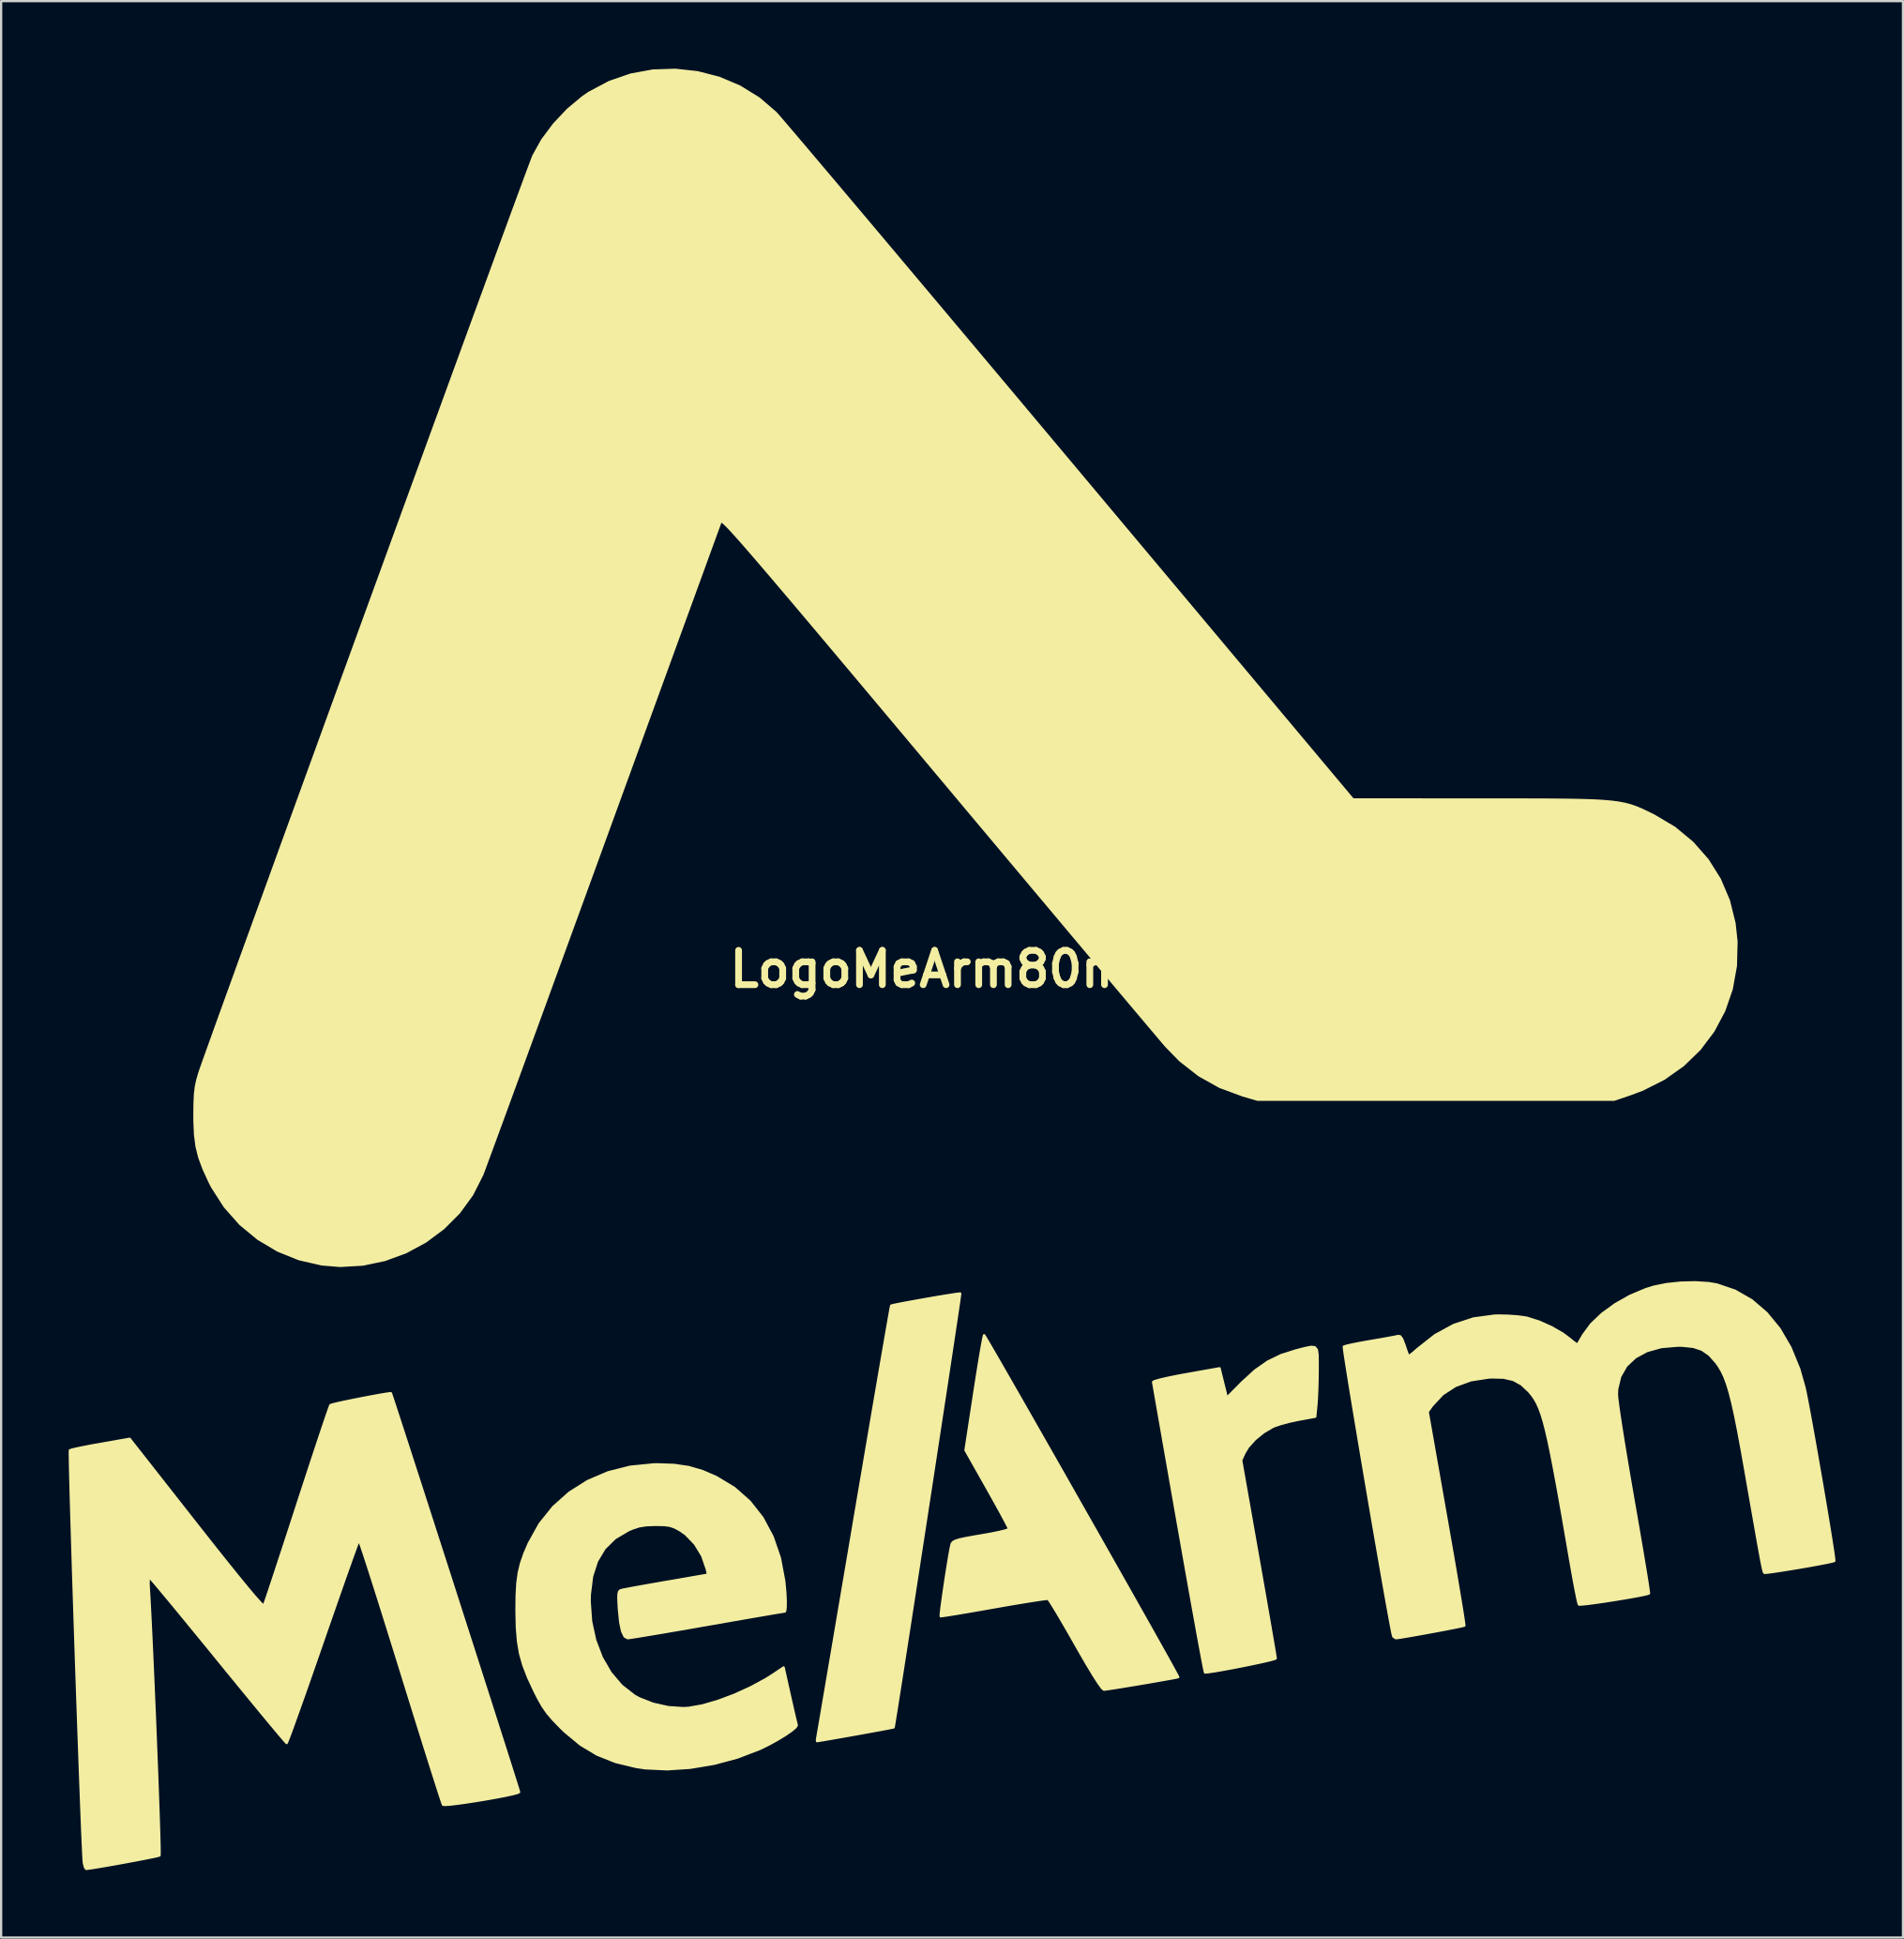
<source format=kicad_pcb>
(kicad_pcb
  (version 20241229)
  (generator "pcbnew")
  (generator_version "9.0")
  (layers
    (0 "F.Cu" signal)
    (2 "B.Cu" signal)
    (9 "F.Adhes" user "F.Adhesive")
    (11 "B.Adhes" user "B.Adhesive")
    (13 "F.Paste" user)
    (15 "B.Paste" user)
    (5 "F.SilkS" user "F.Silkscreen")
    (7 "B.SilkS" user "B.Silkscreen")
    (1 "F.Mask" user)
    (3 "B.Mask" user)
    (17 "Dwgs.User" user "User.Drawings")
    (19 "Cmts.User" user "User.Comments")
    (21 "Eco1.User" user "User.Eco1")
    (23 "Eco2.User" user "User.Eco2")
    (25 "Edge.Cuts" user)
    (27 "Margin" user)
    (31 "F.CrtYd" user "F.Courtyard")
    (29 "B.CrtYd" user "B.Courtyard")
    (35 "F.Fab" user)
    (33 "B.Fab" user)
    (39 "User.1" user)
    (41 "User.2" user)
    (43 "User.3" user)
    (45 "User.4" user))
  (footprint "LogoMeArm80mm"
    (layer "F.Cu")
    (at 39.231 39.997)
    (property "Reference" "LogoMeArm80mm" (at 0 0 0) (layer "F.SilkS") (effects (font (size 1.524 1.524) (thickness 0.3))))
    (attr through_hole)
    (fp_poly (pts (xy 0.376 14.406) (xy 0.366 14.491) (xy 0.333 14.731) (xy 0.277 15.112) (xy 0.201 15.622) (xy 0.107 16.249) (xy -0.003 16.979) (xy -0.127 17.8) (xy -0.264 18.699) (xy -0.411 19.663) (xy -0.566 20.68) (xy -0.727 21.736) (xy -0.893 22.819) (xy -1.062 23.917) (xy -1.23 25.016) (xy -1.398 26.104) (xy -1.562 27.168) (xy -1.72 28.194) (xy -1.871 29.172) (xy -2.013 30.087) (xy -2.144 30.926) (xy -2.261 31.678) (xy -2.364 32.33) (xy -2.449 32.868) (xy -2.515 33.28) (xy -2.559 33.553) (xy -2.581 33.674) (xy -2.583 33.679) (xy -2.665 33.698) (xy -2.884 33.74) (xy -3.209 33.801) (xy -3.61 33.874) (xy -4.056 33.955) (xy -4.517 34.038) (xy -4.964 34.117) (xy -5.364 34.187) (xy -5.689 34.243) (xy -5.908 34.279) (xy -5.988 34.29) (xy -5.988 34.218) (xy -5.962 34.057) (xy -5.943 33.944) (xy -5.896 33.675) (xy -5.825 33.261) (xy -5.732 32.713) (xy -5.617 32.041) (xy -5.484 31.256) (xy -5.333 30.37) (xy -5.167 29.392) (xy -4.988 28.335) (xy -4.796 27.208) (xy -4.595 26.024) (xy -4.386 24.791) (xy -4.32 24.397) (xy -4.109 23.157) (xy -3.906 21.964) (xy -3.713 20.829) (xy -3.531 19.762) (xy -3.362 18.774) (xy -3.208 17.876) (xy -3.07 17.077) (xy -2.951 16.389) (xy -2.853 15.823) (xy -2.776 15.388) (xy -2.724 15.095) (xy -2.697 14.955) (xy -2.694 14.944) (xy -2.604 14.918) (xy -2.38 14.872) (xy -2.054 14.809) (xy -1.66 14.737) (xy -1.228 14.66) (xy -0.792 14.584) (xy -0.382 14.515) (xy -0.032 14.459) (xy 0.228 14.42) (xy 0.364 14.405) (xy 0.376 14.406)) (stroke (width 0.1) (type solid)) (fill yes) (layer "F.SilkS"))
    (fp_poly (pts (xy 16.256 17.488) (xy 16.255 17.759) (xy 16.25 18.222) (xy 16.237 18.689) (xy 16.218 19.096) (xy 16.202 19.317) (xy 16.148 19.879) (xy 15.391 20.018) (xy 14.998 20.102) (xy 14.62 20.203) (xy 14.325 20.304) (xy 14.262 20.331) (xy 13.852 20.573) (xy 13.47 20.885) (xy 13.164 21.225) (xy 13.006 21.484) (xy 12.857 21.814) (xy 13.625 26.17) (xy 13.773 27.008) (xy 13.911 27.796) (xy 14.037 28.519) (xy 14.149 29.161) (xy 14.242 29.706) (xy 14.316 30.137) (xy 14.366 30.439) (xy 14.391 30.597) (xy 14.393 30.615) (xy 14.315 30.649) (xy 14.101 30.705) (xy 13.783 30.779) (xy 13.392 30.863) (xy 12.959 30.951) (xy 12.515 31.038) (xy 12.091 31.116) (xy 11.719 31.181) (xy 11.43 31.225) (xy 11.255 31.242) (xy 11.25 31.242) (xy 11.229 31.161) (xy 11.181 30.925) (xy 11.109 30.549) (xy 11.014 30.043) (xy 10.9 29.422) (xy 10.769 28.698) (xy 10.622 27.883) (xy 10.463 26.991) (xy 10.293 26.033) (xy 10.115 25.024) (xy 10.08 24.828) (xy 9.901 23.808) (xy 9.73 22.836) (xy 9.57 21.925) (xy 9.423 21.087) (xy 9.292 20.336) (xy 9.178 19.686) (xy 9.084 19.147) (xy 9.012 18.735) (xy 8.964 18.461) (xy 8.943 18.339) (xy 8.943 18.334) (xy 9.018 18.294) (xy 9.235 18.232) (xy 9.566 18.155) (xy 9.985 18.069) (xy 10.414 17.989) (xy 11.896 17.726) (xy 12.058 18.378) (xy 12.22 19.031) (xy 12.904 18.342) (xy 13.476 17.82) (xy 14.037 17.428) (xy 14.634 17.139) (xy 15.29 16.931) (xy 15.691 16.828) (xy 15.963 16.774) (xy 16.13 16.792) (xy 16.218 16.903) (xy 16.252 17.128) (xy 16.256 17.488)) (stroke (width 0.1) (type solid)) (fill yes) (layer "F.SilkS"))
    (fp_poly (pts (xy 10.062 31.446) (xy 9.971 31.468) (xy 9.744 31.512) (xy 9.413 31.571) (xy 9.008 31.642) (xy 8.562 31.719) (xy 8.105 31.795) (xy 7.668 31.867) (xy 7.284 31.929) (xy 6.983 31.975) (xy 6.796 32.001) (xy 6.756 32.004) (xy 6.671 31.93) (xy 6.512 31.711) (xy 6.283 31.355) (xy 5.989 30.867) (xy 5.634 30.254) (xy 5.492 30.004) (xy 5.191 29.475) (xy 4.913 28.996) (xy 4.672 28.587) (xy 4.477 28.267) (xy 4.342 28.055) (xy 4.277 27.971) (xy 4.276 27.971) (xy 4.173 27.977) (xy 3.926 28.01) (xy 3.557 28.066) (xy 3.088 28.142) (xy 2.54 28.234) (xy 1.937 28.339) (xy 1.863 28.352) (xy 1.258 28.459) (xy 0.709 28.554) (xy 0.239 28.633) (xy -0.132 28.693) (xy -0.382 28.731) (xy -0.49 28.743) (xy -0.492 28.743) (xy -0.491 28.654) (xy -0.467 28.43) (xy -0.424 28.101) (xy -0.368 27.701) (xy -0.303 27.26) (xy -0.234 26.809) (xy -0.166 26.382) (xy -0.103 26.008) (xy -0.05 25.72) (xy -0.013 25.549) (xy -0.005 25.525) (xy 0.044 25.454) (xy 0.144 25.393) (xy 0.321 25.334) (xy 0.6 25.272) (xy 1.007 25.198) (xy 1.302 25.148) (xy 1.736 25.071) (xy 2.103 24.996) (xy 2.375 24.93) (xy 2.522 24.88) (xy 2.54 24.864) (xy 2.5 24.771) (xy 2.388 24.552) (xy 2.215 24.23) (xy 1.993 23.826) (xy 1.735 23.362) (xy 1.574 23.076) (xy 0.608 21.366) (xy 0.999 18.811) (xy 1.098 18.176) (xy 1.19 17.599) (xy 1.273 17.099) (xy 1.343 16.698) (xy 1.396 16.415) (xy 1.429 16.271) (xy 1.436 16.257) (xy 1.484 16.328) (xy 1.607 16.535) (xy 1.8 16.866) (xy 2.057 17.309) (xy 2.369 17.851) (xy 2.731 18.482) (xy 3.136 19.189) (xy 3.576 19.96) (xy 4.046 20.784) (xy 4.539 21.648) (xy 5.047 22.541) (xy 5.564 23.452) (xy 6.084 24.367) (xy 6.6 25.276) (xy 7.104 26.166) (xy 7.591 27.026) (xy 8.053 27.844) (xy 8.484 28.608) (xy 8.877 29.305) (xy 9.225 29.925) (xy 9.522 30.456) (xy 9.76 30.885) (xy 9.934 31.201) (xy 10.036 31.391) (xy 10.062 31.446)) (stroke (width 0.1) (type solid)) (fill yes) (layer "F.SilkS"))
    (fp_poly (pts (xy -6.883 33.581) (xy -6.933 33.671) (xy -7.106 33.818) (xy -7.372 34.003) (xy -7.702 34.206) (xy -8.067 34.41) (xy -8.437 34.595) (xy -8.527 34.637) (xy -9.514 35.015) (xy -10.555 35.295) (xy -11.612 35.472) (xy -12.645 35.541) (xy -13.617 35.495) (xy -14.024 35.435) (xy -14.944 35.212) (xy -15.753 34.89) (xy -16.491 34.447) (xy -17.195 33.864) (xy -17.364 33.7) (xy -17.712 33.342) (xy -17.972 33.038) (xy -18.184 32.731) (xy -18.389 32.366) (xy -18.53 32.088) (xy -18.818 31.47) (xy -19.031 30.923) (xy -19.179 30.399) (xy -19.271 29.852) (xy -19.321 29.232) (xy -19.337 28.492) (xy -19.337 28.49) (xy -19.33 27.821) (xy -19.3 27.278) (xy -19.238 26.816) (xy -19.137 26.392) (xy -18.988 25.963) (xy -18.791 25.503) (xy -18.311 24.641) (xy -17.706 23.887) (xy -16.99 23.249) (xy -16.173 22.733) (xy -15.267 22.347) (xy -14.285 22.099) (xy -13.238 21.995) (xy -13.081 21.992) (xy -12.334 22.018) (xy -11.686 22.113) (xy -11.076 22.291) (xy -10.456 22.56) (xy -9.659 23.041) (xy -8.975 23.646) (xy -8.408 24.368) (xy -7.961 25.202) (xy -7.637 26.142) (xy -7.44 27.183) (xy -7.392 27.707) (xy -7.376 28.079) (xy -7.379 28.357) (xy -7.4 28.511) (xy -7.418 28.533) (xy -7.515 28.547) (xy -7.762 28.587) (xy -8.138 28.651) (xy -8.628 28.735) (xy -9.212 28.836) (xy -9.872 28.951) (xy -10.59 29.077) (xy -10.868 29.125) (xy -11.607 29.255) (xy -12.297 29.374) (xy -12.921 29.481) (xy -13.46 29.571) (xy -13.894 29.643) (xy -14.205 29.692) (xy -14.375 29.716) (xy -14.398 29.718) (xy -14.536 29.64) (xy -14.647 29.405) (xy -14.73 29.009) (xy -14.786 28.449) (xy -14.793 28.351) (xy -14.811 27.995) (xy -14.809 27.774) (xy -14.783 27.651) (xy -14.727 27.593) (xy -14.678 27.575) (xy -14.551 27.548) (xy -14.284 27.497) (xy -13.902 27.427) (xy -13.434 27.344) (xy -12.904 27.251) (xy -12.676 27.211) (xy -10.831 26.892) (xy -10.886 26.642) (xy -11.087 26.059) (xy -11.408 25.532) (xy -11.82 25.102) (xy -12.083 24.919) (xy -12.316 24.795) (xy -12.53 24.723) (xy -12.785 24.691) (xy -13.145 24.684) (xy -13.166 24.684) (xy -13.571 24.699) (xy -13.887 24.749) (xy -14.192 24.85) (xy -14.372 24.928) (xy -14.959 25.276) (xy -15.421 25.73) (xy -15.76 26.295) (xy -15.979 26.974) (xy -16.078 27.771) (xy -16.086 28.072) (xy -16.023 28.962) (xy -15.841 29.802) (xy -15.548 30.571) (xy -15.154 31.251) (xy -14.67 31.821) (xy -14.106 32.262) (xy -13.892 32.382) (xy -13.275 32.625) (xy -12.596 32.777) (xy -11.928 32.822) (xy -11.684 32.808) (xy -11.083 32.702) (xy -10.397 32.503) (xy -9.669 32.231) (xy -8.943 31.901) (xy -8.263 31.533) (xy -7.905 31.306) (xy -7.47 31.013) (xy -7.194 32.249) (xy -7.094 32.69) (xy -7.006 33.074) (xy -6.936 33.371) (xy -6.892 33.548) (xy -6.883 33.581)) (stroke (width 0.1) (type solid)) (fill yes) (layer "F.SilkS"))
    (fp_poly (pts (xy -19.219 36.552) (xy -19.298 36.592) (xy -19.514 36.649) (xy -19.837 36.719) (xy -20.236 36.796) (xy -20.681 36.875) (xy -21.142 36.951) (xy -21.586 37.019) (xy -21.986 37.074) (xy -22.308 37.111) (xy -22.524 37.124) (xy -22.601 37.113) (xy -22.636 37.023) (xy -22.716 36.783) (xy -22.838 36.407) (xy -22.997 35.909) (xy -23.19 35.3) (xy -23.413 34.594) (xy -23.66 33.804) (xy -23.929 32.943) (xy -24.215 32.024) (xy -24.475 31.186) (xy -24.772 30.229) (xy -25.055 29.322) (xy -25.32 28.477) (xy -25.563 27.707) (xy -25.78 27.024) (xy -25.968 26.441) (xy -26.121 25.971) (xy -26.237 25.626) (xy -26.31 25.419) (xy -26.336 25.361) (xy -26.373 25.444) (xy -26.459 25.674) (xy -26.59 26.034) (xy -26.76 26.511) (xy -26.966 27.091) (xy -27.2 27.758) (xy -27.459 28.499) (xy -27.738 29.299) (xy -27.94 29.883) (xy -28.229 30.715) (xy -28.502 31.496) (xy -28.754 32.214) (xy -28.981 32.852) (xy -29.177 33.398) (xy -29.336 33.837) (xy -29.455 34.155) (xy -29.527 34.336) (xy -29.548 34.375) (xy -29.609 34.311) (xy -29.768 34.127) (xy -30.014 33.836) (xy -30.337 33.448) (xy -30.728 32.976) (xy -31.177 32.431) (xy -31.674 31.825) (xy -32.21 31.17) (xy -32.6 30.692) (xy -33.156 30.009) (xy -33.681 29.368) (xy -34.164 28.78) (xy -34.596 28.255) (xy -34.967 27.808) (xy -35.267 27.448) (xy -35.488 27.188) (xy -35.617 27.04) (xy -35.649 27.009) (xy -35.673 27.085) (xy -35.679 27.28) (xy -35.672 27.453) (xy -35.647 27.87) (xy -35.618 28.402) (xy -35.586 29.033) (xy -35.552 29.747) (xy -35.516 30.528) (xy -35.479 31.359) (xy -35.442 32.224) (xy -35.404 33.108) (xy -35.368 33.992) (xy -35.334 34.863) (xy -35.301 35.702) (xy -35.272 36.494) (xy -35.246 37.222) (xy -35.224 37.871) (xy -35.207 38.424) (xy -35.195 38.864) (xy -35.19 39.176) (xy -35.191 39.343) (xy -35.195 39.367) (xy -35.289 39.395) (xy -35.52 39.445) (xy -35.853 39.512) (xy -36.259 39.59) (xy -36.705 39.673) (xy -37.16 39.755) (xy -37.591 39.831) (xy -37.968 39.895) (xy -38.259 39.941) (xy -38.431 39.963) (xy -38.456 39.964) (xy -38.508 39.889) (xy -38.554 39.709) (xy -38.557 39.688) (xy -38.569 39.547) (xy -38.585 39.256) (xy -38.605 38.826) (xy -38.629 38.271) (xy -38.656 37.604) (xy -38.686 36.839) (xy -38.718 35.989) (xy -38.752 35.068) (xy -38.787 34.088) (xy -38.824 33.063) (xy -38.861 32.007) (xy -38.898 30.932) (xy -38.934 29.853) (xy -38.97 28.782) (xy -39.004 27.732) (xy -39.037 26.718) (xy -39.067 25.752) (xy -39.095 24.848) (xy -39.12 24.019) (xy -39.141 23.279) (xy -39.158 22.64) (xy -39.171 22.116) (xy -39.178 21.721) (xy -39.181 21.468) (xy -39.177 21.369) (xy -39.177 21.369) (xy -39.078 21.336) (xy -38.843 21.281) (xy -38.5 21.211) (xy -38.08 21.131) (xy -37.821 21.085) (xy -36.521 20.857) (xy -33.57 24.615) (xy -32.863 25.512) (xy -32.247 26.286) (xy -31.724 26.936) (xy -31.296 27.459) (xy -30.964 27.853) (xy -30.729 28.117) (xy -30.593 28.249) (xy -30.558 28.262) (xy -30.521 28.163) (xy -30.437 27.917) (xy -30.311 27.541) (xy -30.148 27.049) (xy -29.953 26.457) (xy -29.73 25.779) (xy -29.486 25.032) (xy -29.224 24.229) (xy -29.082 23.791) (xy -28.814 22.967) (xy -28.56 22.192) (xy -28.325 21.479) (xy -28.115 20.845) (xy -27.934 20.305) (xy -27.787 19.872) (xy -27.68 19.563) (xy -27.617 19.392) (xy -27.603 19.362) (xy -27.509 19.331) (xy -27.285 19.276) (xy -26.963 19.206) (xy -26.58 19.127) (xy -26.17 19.046) (xy -25.767 18.969) (xy -25.407 18.904) (xy -25.123 18.857) (xy -24.951 18.834) (xy -24.916 18.835) (xy -24.886 18.917) (xy -24.81 19.146) (xy -24.69 19.512) (xy -24.53 20.002) (xy -24.335 20.602) (xy -24.108 21.301) (xy -23.855 22.085) (xy -23.577 22.943) (xy -23.281 23.861) (xy -22.97 24.827) (xy -22.647 25.829) (xy -22.317 26.853) (xy -21.985 27.888) (xy -21.653 28.92) (xy -21.326 29.938) (xy -21.009 30.927) (xy -20.704 31.877) (xy -20.417 32.774) (xy -20.151 33.606) (xy -19.91 34.359) (xy -19.699 35.023) (xy -19.521 35.583) (xy -19.38 36.027) (xy -19.281 36.344) (xy -19.228 36.519) (xy -19.219 36.552)) (stroke (width 0.1) (type solid)) (fill yes) (layer "F.SilkS"))
    (fp_poly (pts (xy 34.86 -1.223) (xy 34.832 -0.144) (xy 34.647 0.884) (xy 34.313 1.85) (xy 33.838 2.743) (xy 33.23 3.551) (xy 32.497 4.263) (xy 31.646 4.867) (xy 30.686 5.352) (xy 30.207 5.533) (xy 29.422 5.8) (xy 21.505 5.8) (xy 13.589 5.8) (xy 12.929 5.608) (xy 11.91 5.231) (xy 10.981 4.712) (xy 10.134 4.048) (xy 9.518 3.416) (xy 9.401 3.28) (xy 9.182 3.021) (xy 8.866 2.647) (xy 8.459 2.165) (xy 7.966 1.58) (xy 7.395 0.902) (xy 6.751 0.136) (xy 6.04 -0.711) (xy 5.267 -1.63) (xy 4.44 -2.616) (xy 3.563 -3.66) (xy 2.642 -4.757) (xy 1.685 -5.898) (xy 0.695 -7.077) (xy -0.319 -8.288) (xy -0.633 -8.661) (xy -1.837 -10.098) (xy -2.938 -11.41) (xy -3.94 -12.603) (xy -4.847 -13.683) (xy -5.664 -14.654) (xy -6.396 -15.522) (xy -7.046 -16.292) (xy -7.621 -16.97) (xy -8.124 -17.562) (xy -8.561 -18.072) (xy -8.935 -18.506) (xy -9.251 -18.87) (xy -9.515 -19.168) (xy -9.73 -19.407) (xy -9.901 -19.591) (xy -10.034 -19.726) (xy -10.132 -19.817) (xy -10.2 -19.87) (xy -10.243 -19.891) (xy -10.266 -19.884) (xy -10.269 -19.877) (xy -10.305 -19.778) (xy -10.396 -19.529) (xy -10.54 -19.136) (xy -10.732 -18.609) (xy -10.97 -17.955) (xy -11.251 -17.183) (xy -11.573 -16.3) (xy -11.932 -15.316) (xy -12.325 -14.237) (xy -12.749 -13.072) (xy -13.202 -11.83) (xy -13.68 -10.518) (xy -14.18 -9.144) (xy -14.7 -7.717) (xy -15.236 -6.245) (xy -15.493 -5.539) (xy -16.038 -4.043) (xy -16.57 -2.584) (xy -17.085 -1.172) (xy -17.58 0.185) (xy -18.052 1.479) (xy -18.498 2.701) (xy -18.916 3.843) (xy -19.301 4.897) (xy -19.651 5.854) (xy -19.963 6.706) (xy -20.234 7.444) (xy -20.461 8.06) (xy -20.64 8.546) (xy -20.768 8.893) (xy -20.844 9.093) (xy -20.859 9.131) (xy -21.307 10.016) (xy -21.887 10.812) (xy -22.583 11.51) (xy -23.375 12.1) (xy -24.247 12.571) (xy -25.181 12.915) (xy -26.16 13.121) (xy -27.166 13.18) (xy -27.98 13.114) (xy -28.99 12.883) (xy -29.943 12.5) (xy -30.821 11.976) (xy -31.611 11.323) (xy -32.294 10.553) (xy -32.857 9.677) (xy -32.978 9.44) (xy -33.242 8.864) (xy -33.428 8.361) (xy -33.549 7.876) (xy -33.616 7.356) (xy -33.642 6.746) (xy -33.644 6.435) (xy -33.637 5.927) (xy -33.618 5.54) (xy -33.581 5.225) (xy -33.519 4.933) (xy -33.428 4.617) (xy -33.427 4.614) (xy -33.376 4.463) (xy -33.27 4.163) (xy -33.112 3.721) (xy -32.906 3.147) (xy -32.655 2.449) (xy -32.361 1.634) (xy -32.027 0.712) (xy -31.658 -0.31) (xy -31.254 -1.423) (xy -30.82 -2.619) (xy -30.359 -3.889) (xy -29.874 -5.226) (xy -29.367 -6.621) (xy -28.842 -8.066) (xy -28.301 -9.552) (xy -27.749 -11.071) (xy -27.187 -12.615) (xy -26.618 -14.176) (xy -26.047 -15.745) (xy -25.475 -17.314) (xy -24.906 -18.875) (xy -24.343 -20.42) (xy -23.789 -21.939) (xy -23.247 -23.425) (xy -22.719 -24.87) (xy -22.21 -26.266) (xy -21.721 -27.603) (xy -21.257 -28.874) (xy -20.819 -30.07) (xy -20.411 -31.183) (xy -20.037 -32.206) (xy -19.698 -33.128) (xy -19.399 -33.944) (xy -19.141 -34.643) (xy -18.929 -35.217) (xy -18.764 -35.659) (xy -18.651 -35.961) (xy -18.592 -36.113) (xy -18.587 -36.125) (xy -18.194 -36.832) (xy -17.672 -37.531) (xy -17.058 -38.181) (xy -16.39 -38.738) (xy -16.11 -38.929) (xy -15.213 -39.405) (xy -14.263 -39.733) (xy -13.281 -39.913) (xy -12.285 -39.947) (xy -11.296 -39.839) (xy -10.334 -39.591) (xy -9.418 -39.203) (xy -8.569 -38.679) (xy -7.827 -38.042) (xy -7.734 -37.939) (xy -7.538 -37.712) (xy -7.243 -37.366) (xy -6.854 -36.909) (xy -6.376 -36.346) (xy -5.814 -35.682) (xy -5.174 -34.925) (xy -4.46 -34.078) (xy -3.677 -33.15) (xy -2.83 -32.145) (xy -1.925 -31.069) (xy -0.965 -29.929) (xy 0.043 -28.73) (xy 1.095 -27.478) (xy 2.186 -26.179) (xy 3.311 -24.84) (xy 4.464 -23.465) (xy 5.207 -22.58) (xy 17.822 -7.539) (xy 23.46 -7.537) (xy 24.64 -7.537) (xy 25.665 -7.535) (xy 26.548 -7.532) (xy 27.303 -7.525) (xy 27.944 -7.513) (xy 28.485 -7.496) (xy 28.94 -7.471) (xy 29.322 -7.437) (xy 29.646 -7.394) (xy 29.924 -7.339) (xy 30.172 -7.272) (xy 30.403 -7.192) (xy 30.631 -7.096) (xy 30.869 -6.984) (xy 31.132 -6.855) (xy 31.2 -6.821) (xy 32.112 -6.279) (xy 32.908 -5.618) (xy 33.581 -4.852) (xy 34.12 -3.992) (xy 34.52 -3.051) (xy 34.772 -2.04) (xy 34.86 -1.223)) (stroke (width 0.1) (type solid)) (fill yes) (layer "F.SilkS"))
    (fp_poly (pts (xy 39.206 26.263) (xy 39.205 26.287) (xy 39.095 26.319) (xy 38.855 26.37) (xy 38.517 26.435) (xy 38.113 26.509) (xy 37.675 26.585) (xy 37.236 26.658) (xy 36.827 26.723) (xy 36.481 26.775) (xy 36.23 26.807) (xy 36.105 26.815) (xy 36.098 26.813) (xy 36.083 26.791) (xy 36.065 26.745) (xy 36.043 26.662) (xy 36.013 26.528) (xy 35.974 26.331) (xy 35.922 26.056) (xy 35.855 25.691) (xy 35.771 25.222) (xy 35.668 24.636) (xy 35.542 23.919) (xy 35.391 23.058) (xy 35.268 22.352) (xy 35.094 21.372) (xy 34.94 20.543) (xy 34.802 19.85) (xy 34.675 19.275) (xy 34.555 18.802) (xy 34.438 18.416) (xy 34.319 18.1) (xy 34.193 17.837) (xy 34.057 17.612) (xy 33.96 17.476) (xy 33.655 17.133) (xy 33.33 16.906) (xy 32.944 16.777) (xy 32.453 16.726) (xy 32.258 16.723) (xy 31.524 16.785) (xy 30.89 16.96) (xy 30.368 17.242) (xy 29.965 17.623) (xy 29.693 18.096) (xy 29.56 18.651) (xy 29.548 18.881) (xy 29.562 19.056) (xy 29.603 19.379) (xy 29.668 19.833) (xy 29.755 20.398) (xy 29.86 21.058) (xy 29.981 21.793) (xy 30.115 22.586) (xy 30.259 23.418) (xy 30.276 23.521) (xy 30.419 24.339) (xy 30.551 25.105) (xy 30.67 25.803) (xy 30.773 26.418) (xy 30.858 26.934) (xy 30.921 27.333) (xy 30.961 27.602) (xy 30.975 27.723) (xy 30.974 27.728) (xy 30.873 27.763) (xy 30.639 27.814) (xy 30.305 27.877) (xy 29.902 27.947) (xy 29.464 28.019) (xy 29.023 28.088) (xy 28.61 28.147) (xy 28.259 28.194) (xy 28.001 28.221) (xy 27.868 28.225) (xy 27.858 28.221) (xy 27.827 28.121) (xy 27.773 27.878) (xy 27.702 27.518) (xy 27.617 27.066) (xy 27.524 26.546) (xy 27.479 26.289) (xy 27.266 25.054) (xy 27.078 23.975) (xy 26.911 23.038) (xy 26.762 22.233) (xy 26.629 21.547) (xy 26.508 20.968) (xy 26.397 20.485) (xy 26.293 20.085) (xy 26.192 19.756) (xy 26.093 19.487) (xy 25.992 19.265) (xy 25.885 19.079) (xy 25.771 18.916) (xy 25.646 18.765) (xy 25.643 18.761) (xy 25.31 18.446) (xy 24.947 18.246) (xy 24.516 18.146) (xy 23.978 18.133) (xy 23.854 18.14) (xy 23.066 18.26) (xy 22.381 18.509) (xy 21.805 18.883) (xy 21.341 19.382) (xy 21.327 19.401) (xy 21.143 19.659) (xy 21.976 24.389) (xy 22.129 25.261) (xy 22.272 26.083) (xy 22.401 26.838) (xy 22.515 27.513) (xy 22.612 28.093) (xy 22.688 28.561) (xy 22.741 28.905) (xy 22.769 29.107) (xy 22.771 29.158) (xy 22.682 29.183) (xy 22.458 29.23) (xy 22.132 29.295) (xy 21.737 29.371) (xy 21.305 29.451) (xy 20.869 29.531) (xy 20.461 29.603) (xy 20.113 29.662) (xy 19.859 29.703) (xy 19.731 29.718) (xy 19.729 29.718) (xy 19.622 29.651) (xy 19.603 29.612) (xy 19.571 29.478) (xy 19.516 29.196) (xy 19.439 28.784) (xy 19.343 28.257) (xy 19.231 27.63) (xy 19.106 26.919) (xy 18.97 26.139) (xy 18.825 25.307) (xy 18.675 24.437) (xy 18.523 23.545) (xy 18.37 22.647) (xy 18.219 21.759) (xy 18.074 20.896) (xy 17.937 20.073) (xy 17.809 19.307) (xy 17.695 18.613) (xy 17.597 18.006) (xy 17.517 17.502) (xy 17.458 17.117) (xy 17.423 16.866) (xy 17.415 16.766) (xy 17.415 16.764) (xy 17.52 16.728) (xy 17.759 16.673) (xy 18.098 16.605) (xy 18.504 16.532) (xy 18.584 16.518) (xy 19.007 16.446) (xy 19.377 16.38) (xy 19.658 16.327) (xy 19.814 16.294) (xy 19.825 16.291) (xy 19.923 16.306) (xy 20.012 16.434) (xy 20.112 16.697) (xy 20.197 16.949) (xy 20.263 17.126) (xy 20.287 17.179) (xy 20.359 17.144) (xy 20.517 17.02) (xy 20.7 16.859) (xy 21.473 16.251) (xy 22.3 15.802) (xy 23.177 15.514) (xy 24.1 15.389) (xy 24.299 15.383) (xy 24.719 15.392) (xy 25.136 15.422) (xy 25.481 15.468) (xy 25.569 15.486) (xy 26.099 15.655) (xy 26.647 15.901) (xy 27.145 16.188) (xy 27.432 16.403) (xy 27.627 16.561) (xy 27.763 16.656) (xy 27.802 16.668) (xy 27.854 16.583) (xy 27.961 16.398) (xy 28.051 16.243) (xy 28.4 15.769) (xy 28.886 15.306) (xy 29.474 14.878) (xy 30.133 14.506) (xy 30.828 14.214) (xy 31.2 14.099) (xy 31.758 13.987) (xy 32.389 13.922) (xy 33.029 13.907) (xy 33.617 13.943) (xy 33.985 14.005) (xy 34.798 14.281) (xy 35.537 14.706) (xy 36.198 15.273) (xy 36.774 15.975) (xy 37.259 16.806) (xy 37.649 17.759) (xy 37.883 18.584) (xy 37.937 18.838) (xy 38.012 19.216) (xy 38.102 19.697) (xy 38.206 20.262) (xy 38.318 20.89) (xy 38.437 21.562) (xy 38.558 22.257) (xy 38.679 22.955) (xy 38.795 23.637) (xy 38.903 24.283) (xy 39 24.872) (xy 39.082 25.385) (xy 39.146 25.8) (xy 39.189 26.1) (xy 39.206 26.263)) (stroke (width 0.1) (type solid)) (fill yes) (layer "F.SilkS")))
  (gr_rect
    (start -3 -3)
    (end 81.487 83.011)
    (stroke (width 0.1) (type default))
    (fill no)
    (layer "Edge.Cuts")))
</source>
